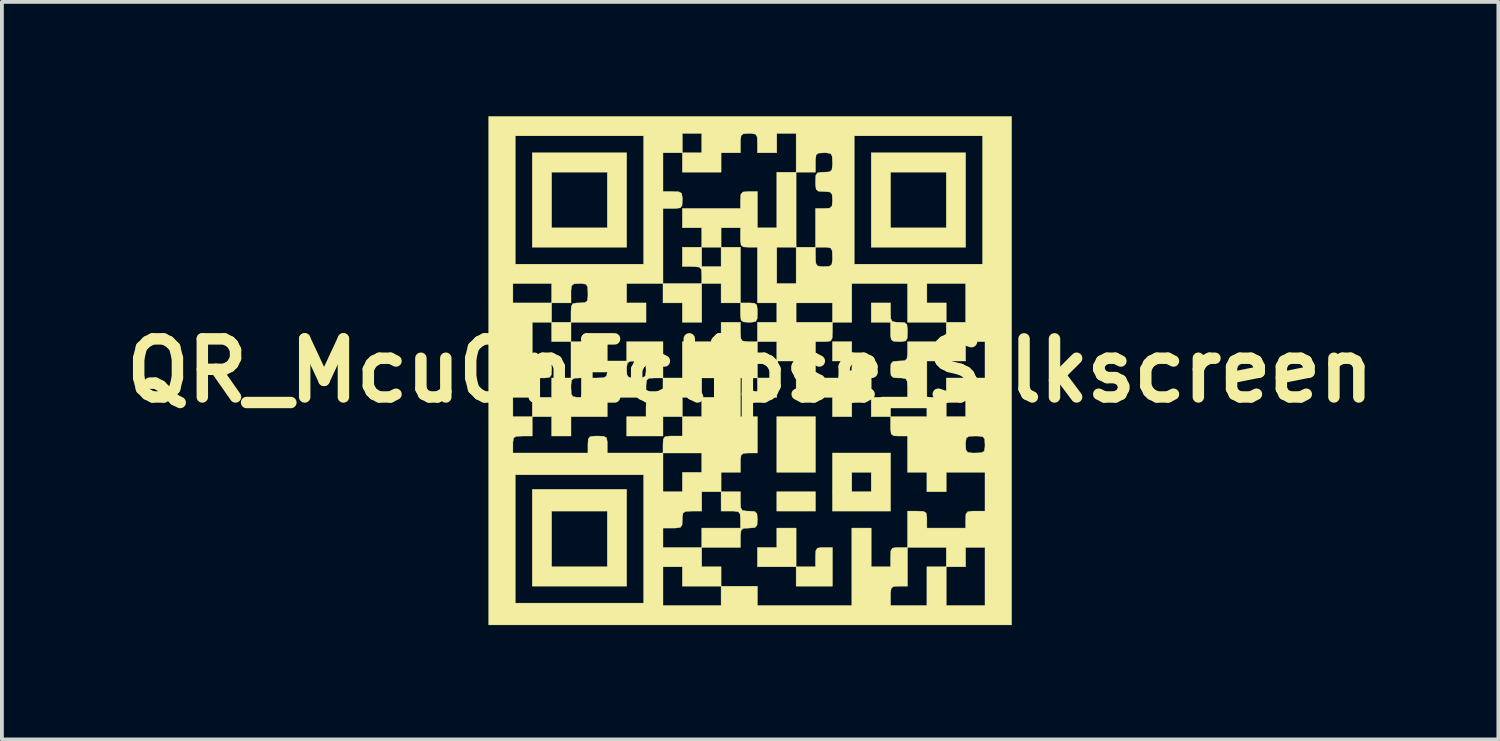
<source format=kicad_pcb>
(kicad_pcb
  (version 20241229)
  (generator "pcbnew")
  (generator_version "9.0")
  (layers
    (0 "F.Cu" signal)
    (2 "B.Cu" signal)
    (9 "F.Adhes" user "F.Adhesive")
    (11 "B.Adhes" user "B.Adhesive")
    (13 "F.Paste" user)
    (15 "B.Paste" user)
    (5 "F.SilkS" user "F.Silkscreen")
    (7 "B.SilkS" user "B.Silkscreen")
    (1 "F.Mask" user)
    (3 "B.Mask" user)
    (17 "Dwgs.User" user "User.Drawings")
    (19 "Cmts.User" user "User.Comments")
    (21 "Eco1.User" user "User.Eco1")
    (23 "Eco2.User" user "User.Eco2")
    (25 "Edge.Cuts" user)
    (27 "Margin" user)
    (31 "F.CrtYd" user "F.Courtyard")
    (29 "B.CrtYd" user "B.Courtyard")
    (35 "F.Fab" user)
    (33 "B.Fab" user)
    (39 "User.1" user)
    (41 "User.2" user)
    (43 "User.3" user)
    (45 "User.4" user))
  (footprint "QR_McuOnEclipse_Silkscreen"
    (layer "F.Cu")
    (at 16.626 6.673)
    (property "Reference" "QR_McuOnEclipse_Silkscreen" (at 0 0 0) (layer "F.SilkS") (effects (font (size 1.524 1.524) (thickness 0.3))))
    (attr exclude_from_pos_files exclude_from_bom)
    (fp_poly (pts (xy -5.207 -0.762) (xy -5.207 -1.27) (xy -4.699 -1.27) (xy -4.699 -0.762) (xy -5.207 -0.762)) (stroke (width 0.01) (type solid)) (fill yes) (layer "F.SilkS"))
    (fp_poly (pts (xy 0.699 0.699) (xy 0.191 0.699) (xy 0.191 0.191) (xy 0.699 0.191) (xy 0.699 0.699)) (stroke (width 0.01) (type solid)) (fill yes) (layer "F.SilkS"))
    (fp_poly (pts (xy 1.714 2.667) (xy 0.699 2.667) (xy 0.699 1.206) (xy 1.714 1.206) (xy 1.714 2.667)) (stroke (width 0.01) (type solid)) (fill yes) (layer "F.SilkS"))
    (fp_poly (pts (xy 1.714 3.683) (xy 0.699 3.683) (xy 0.699 3.175) (xy 1.714 3.175) (xy 1.714 3.683)) (stroke (width 0.01) (type solid)) (fill yes) (layer "F.SilkS"))
    (fp_poly (pts (xy 2.667 -0.254) (xy 2.159 -0.254) (xy 2.159 -0.762) (xy 2.667 -0.762) (xy 2.667 -0.254)) (stroke (width 0.01) (type solid)) (fill yes) (layer "F.SilkS"))
    (fp_poly (pts (xy 3.683 1.206) (xy 3.175 1.206) (xy 3.175 0.699) (xy 3.683 0.699) (xy 3.683 1.206)) (stroke (width 0.01) (type solid)) (fill yes) (layer "F.SilkS"))
    (fp_poly (pts (xy -1.27 -1.27) (xy -1.778 -1.27) (xy -1.778 -1.778) (xy -2.286 -1.778) (xy -2.286 -2.286) (xy -1.27 -2.286) (xy -1.27 -1.27)) (stroke (width 0.01) (type solid)) (fill yes) (layer "F.SilkS"))
    (fp_poly (pts (xy 0.191 5.144) (xy 0.191 4.636) (xy 0.699 4.636) (xy 0.699 4.128) (xy 1.206 4.128) (xy 1.206 5.144) (xy 0.191 5.144)) (stroke (width 0.01) (type solid)) (fill yes) (layer "F.SilkS"))
    (fp_poly (pts (xy 1.714 5.144) (xy 1.714 4.889) (xy 1.721 4.727) (xy 1.763 4.655) (xy 1.871 4.636) (xy 1.937 4.636) (xy 2.159 4.636) (xy 2.159 5.652) (xy 1.206 5.652) (xy 1.206 5.144) (xy 1.714 5.144)) (stroke (width 0.01) (type solid)) (fill yes) (layer "F.SilkS"))
    (fp_poly (pts (xy -3.239 -3.239) (xy -5.715 -3.239) (xy -5.715 -5.207) (xy -5.207 -5.207) (xy -5.207 -3.747) (xy -3.747 -3.747) (xy -3.747 -5.207) (xy -5.207 -5.207) (xy -5.715 -5.207) (xy -5.715 -5.715) (xy -3.239 -5.715) (xy -3.239 -3.239)) (stroke (width 0.01) (type solid)) (fill yes) (layer "F.SilkS"))
    (fp_poly (pts (xy -3.239 5.652) (xy -5.715 5.652) (xy -5.715 3.683) (xy -5.207 3.683) (xy -5.207 5.144) (xy -3.747 5.144) (xy -3.747 3.683) (xy -5.207 3.683) (xy -5.715 3.683) (xy -5.715 3.111) (xy -3.239 3.111) (xy -3.239 5.652)) (stroke (width 0.01) (type solid)) (fill yes) (layer "F.SilkS"))
    (fp_poly (pts (xy 3.683 3.683) (xy 2.159 3.683) (xy 2.159 2.667) (xy 2.667 2.667) (xy 2.667 3.175) (xy 3.175 3.175) (xy 3.175 2.667) (xy 2.667 2.667) (xy 2.159 2.667) (xy 2.159 2.159) (xy 3.683 2.159) (xy 3.683 3.683)) (stroke (width 0.01) (type solid)) (fill yes) (layer "F.SilkS"))
    (fp_poly (pts (xy 5.652 -3.239) (xy 3.175 -3.239) (xy 3.175 -5.207) (xy 3.683 -5.207) (xy 3.683 -3.747) (xy 5.144 -3.747) (xy 5.144 -5.207) (xy 3.683 -5.207) (xy 3.175 -5.207) (xy 3.175 -5.715) (xy 5.652 -5.715) (xy 5.652 -3.239)) (stroke (width 0.01) (type solid)) (fill yes) (layer "F.SilkS"))
    (fp_poly (pts (xy -0.032 -1.778) (xy 0.111 -1.77) (xy 0.174 -1.723) (xy 0.19 -1.599) (xy 0.191 -1.524) (xy 0.184 -1.361) (xy 0.142 -1.289) (xy 0.034 -1.271) (xy -0.032 -1.27) (xy -0.174 -1.278) (xy -0.237 -1.325) (xy -0.254 -1.449) (xy -0.254 -1.524) (xy -0.254 -1.778) (xy -0.032 -1.778)) (stroke (width 0.01) (type solid)) (fill yes) (layer "F.SilkS"))
    (fp_poly (pts (xy -0.762 -1.778) (xy -0.762 -2.286) (xy -1.27 -2.286) (xy -1.27 -2.508) (xy -1.278 -2.651) (xy -1.325 -2.714) (xy -1.449 -2.73) (xy -1.524 -2.731) (xy -1.778 -2.731) (xy -1.778 -3.239) (xy -1.27 -3.239) (xy -1.27 -2.731) (xy -0.762 -2.731) (xy -0.762 -3.239) (xy -0.254 -3.239) (xy -0.254 -1.778) (xy -0.762 -1.778)) (stroke (width 0.01) (type solid)) (fill yes) (layer "F.SilkS"))
    (fp_poly (pts (xy 3.683 -1.524) (xy 3.69 -1.361) (xy 3.731 -1.289) (xy 3.84 -1.271) (xy 3.905 -1.27) (xy 4.048 -1.262) (xy 4.111 -1.215) (xy 4.127 -1.091) (xy 4.128 -1.016) (xy 4.121 -0.853) (xy 4.079 -0.781) (xy 3.971 -0.763) (xy 3.905 -0.762) (xy 3.763 -0.77) (xy 3.7 -0.817) (xy 3.683 -0.941) (xy 3.683 -1.016) (xy 3.683 -1.27) (xy 3.175 -1.27) (xy 3.175 -1.778) (xy 3.683 -1.778) (xy 3.683 -1.524)) (stroke (width 0.01) (type solid)) (fill yes) (layer "F.SilkS"))
    (fp_poly (pts (xy -0.254 3.429) (xy -0.247 3.592) (xy -0.206 3.664) (xy -0.097 3.682) (xy -0.032 3.683) (xy 0.117 3.693) (xy 0.178 3.748) (xy 0.19 3.888) (xy 0.191 3.905) (xy 0.181 4.054) (xy 0.125 4.115) (xy -0.015 4.127) (xy -0.032 4.128) (xy -0.174 4.135) (xy -0.237 4.183) (xy -0.254 4.307) (xy -0.254 4.381) (xy -0.254 4.636) (xy -1.27 4.636) (xy -1.27 4.128) (xy -0.254 4.128) (xy -0.254 3.905) (xy -0.262 3.763) (xy -0.309 3.7) (xy -0.433 3.683) (xy -0.508 3.683) (xy -0.762 3.683) (xy -0.762 3.175) (xy -0.254 3.175) (xy -0.254 3.429)) (stroke (width 0.01) (type solid)) (fill yes) (layer "F.SilkS"))
    (fp_poly (pts (xy -3.747 -0.762) (xy -3.747 -0.254) (xy -3.239 -0.254) (xy -3.239 -0.762) (xy -2.286 -0.762) (xy -2.286 0.191) (xy -2.508 0.191) (xy -2.651 0.198) (xy -2.714 0.246) (xy -2.73 0.37) (xy -2.731 0.445) (xy -2.731 0.699) (xy -3.747 0.699) (xy -3.747 1.206) (xy -4.699 1.206) (xy -4.699 1.714) (xy -5.207 1.714) (xy -5.207 1.206) (xy -5.715 1.206) (xy -5.715 0.699) (xy -5.207 0.699) (xy -5.207 0.445) (xy -4.699 0.445) (xy -4.692 0.607) (xy -4.651 0.679) (xy -4.542 0.698) (xy -4.477 0.699) (xy -4.334 0.691) (xy -4.271 0.643) (xy -4.255 0.519) (xy -4.255 0.445) (xy -4.255 0.191) (xy -4 0.191) (xy -3.838 0.184) (xy -3.766 0.142) (xy -3.747 0.034) (xy -3.747 -0.032) (xy -3.239 -0.032) (xy -3.231 0.111) (xy -3.183 0.174) (xy -3.059 0.19) (xy -2.985 0.191) (xy -2.822 0.184) (xy -2.75 0.142) (xy -2.731 0.034) (xy -2.731 -0.032) (xy -2.738 -0.174) (xy -2.786 -0.237) (xy -2.91 -0.254) (xy -2.985 -0.254) (xy -3.147 -0.247) (xy -3.219 -0.206) (xy -3.238 -0.097) (xy -3.239 -0.032) (xy -3.747 -0.032) (xy -3.754 -0.174) (xy -3.802 -0.237) (xy -3.926 -0.254) (xy -4 -0.254) (xy -4.163 -0.247) (xy -4.235 -0.206) (xy -4.254 -0.097) (xy -4.255 -0.032) (xy -4.264 0.117) (xy -4.32 0.178) (xy -4.46 0.19) (xy -4.477 0.191) (xy -4.619 0.198) (xy -4.682 0.246) (xy -4.699 0.37) (xy -4.699 0.445) (xy -5.207 0.445) (xy -5.207 0.191) (xy -4.699 0.191) (xy -4.699 -0.762) (xy -3.747 -0.762)) (stroke (width 0.01) (type solid)) (fill yes) (layer "F.SilkS"))
    (fp_poly (pts (xy 6.858 6.668) (xy -6.858 6.668) (xy -6.858 2.731) (xy -6.16 2.731) (xy -6.16 6.096) (xy -2.794 6.096) (xy -2.794 5.144) (xy -2.286 5.144) (xy -2.286 6.16) (xy -0.762 6.16) (xy -0.762 5.652) (xy -1.778 5.652) (xy -1.778 5.144) (xy -2.286 5.144) (xy -2.794 5.144) (xy -2.794 4.128) (xy -2.286 4.128) (xy -2.286 4.636) (xy -1.27 4.636) (xy -1.27 5.144) (xy -0.762 5.144) (xy -0.762 5.652) (xy 0.191 5.652) (xy 0.191 6.16) (xy 2.667 6.16) (xy 2.667 5.905) (xy 3.683 5.905) (xy 3.683 6.16) (xy 4.636 6.16) (xy 5.144 6.16) (xy 6.16 6.16) (xy 6.16 4.636) (xy 5.652 4.636) (xy 5.652 5.144) (xy 5.144 5.144) (xy 5.144 6.16) (xy 4.636 6.16) (xy 4.636 5.144) (xy 5.144 5.144) (xy 5.144 4.636) (xy 4.128 4.636) (xy 4.128 5.652) (xy 3.905 5.652) (xy 3.763 5.659) (xy 3.7 5.707) (xy 3.683 5.831) (xy 3.683 5.905) (xy 2.667 5.905) (xy 2.667 4.128) (xy 3.175 4.128) (xy 3.175 5.144) (xy 3.683 5.144) (xy 3.683 4.889) (xy 3.69 4.727) (xy 3.731 4.655) (xy 3.84 4.636) (xy 3.905 4.636) (xy 4.128 4.636) (xy 4.128 3.683) (xy 4.381 3.683) (xy 4.544 3.69) (xy 4.616 3.731) (xy 4.635 3.84) (xy 4.636 3.905) (xy 4.636 4.128) (xy 5.652 4.128) (xy 5.652 3.905) (xy 5.659 3.763) (xy 5.707 3.7) (xy 5.831 3.683) (xy 5.905 3.683) (xy 6.16 3.683) (xy 6.16 2.667) (xy 5.144 2.667) (xy 5.144 3.175) (xy 4.636 3.175) (xy 4.636 2.667) (xy 4.128 2.667) (xy 4.128 1.937) (xy 5.652 1.937) (xy 5.659 2.079) (xy 5.707 2.142) (xy 5.831 2.159) (xy 5.905 2.159) (xy 6.068 2.152) (xy 6.14 2.111) (xy 6.159 2.002) (xy 6.16 1.937) (xy 6.152 1.794) (xy 6.104 1.731) (xy 5.98 1.715) (xy 5.905 1.714) (xy 5.743 1.721) (xy 5.671 1.763) (xy 5.652 1.871) (xy 5.652 1.937) (xy 4.128 1.937) (xy 4.128 1.714) (xy 3.905 1.714) (xy 3.763 1.707) (xy 3.7 1.659) (xy 3.683 1.535) (xy 3.683 1.46) (xy 3.683 1.206) (xy 4.636 1.206) (xy 4.636 0.699) (xy 4.128 0.699) (xy 4.128 0.445) (xy 4.121 0.282) (xy 4.079 0.21) (xy 3.971 0.191) (xy 3.905 0.191) (xy 3.756 0.181) (xy 3.695 0.125) (xy 3.683 -0.015) (xy 3.683 -0.032) (xy 3.693 -0.181) (xy 3.748 -0.242) (xy 3.888 -0.254) (xy 3.905 -0.254) (xy 4.636 -0.254) (xy 4.636 0.699) (xy 5.144 0.699) (xy 5.144 1.206) (xy 5.652 1.206) (xy 5.652 0.699) (xy 5.144 0.699) (xy 5.144 0.191) (xy 6.16 0.191) (xy 6.16 -0.762) (xy 5.652 -0.762) (xy 5.652 -0.254) (xy 4.636 -0.254) (xy 3.905 -0.254) (xy 4.048 -0.262) (xy 4.111 -0.309) (xy 4.127 -0.433) (xy 4.128 -0.508) (xy 4.128 -0.762) (xy 5.144 -0.762) (xy 5.144 -1.27) (xy 4.128 -1.27) (xy 4.128 -2.286) (xy 4.636 -2.286) (xy 4.636 -1.778) (xy 5.144 -1.778) (xy 5.144 -1.27) (xy 5.652 -1.27) (xy 5.652 -2.286) (xy 4.636 -2.286) (xy 4.128 -2.286) (xy 2.667 -2.286) (xy 2.667 -1.27) (xy 2.159 -1.27) (xy 2.159 -1.016) (xy 2.152 -0.853) (xy 2.111 -0.781) (xy 2.002 -0.763) (xy 1.937 -0.762) (xy 1.714 -0.762) (xy 1.714 0.191) (xy 2.667 0.191) (xy 2.667 -0.032) (xy 2.675 -0.174) (xy 2.722 -0.237) (xy 2.846 -0.254) (xy 2.921 -0.254) (xy 3.175 -0.254) (xy 3.175 0.699) (xy 2.667 0.699) (xy 2.667 1.206) (xy 2.159 1.206) (xy 2.159 0.699) (xy 1.206 0.699) (xy 1.206 -0.254) (xy 0.699 -0.254) (xy 0.699 -0.762) (xy 0.191 -0.762) (xy 0.191 0.191) (xy -0.254 0.191) (xy -0.254 1.206) (xy 0.191 1.206) (xy 0.191 2.159) (xy -0.032 2.159) (xy -0.174 2.167) (xy -0.237 2.214) (xy -0.254 2.338) (xy -0.254 2.413) (xy -0.254 2.667) (xy -0.762 2.667) (xy -0.762 3.175) (xy -1.27 3.175) (xy -1.27 3.683) (xy -1.524 3.683) (xy -1.687 3.69) (xy -1.759 3.731) (xy -1.777 3.84) (xy -1.778 3.905) (xy -1.786 4.048) (xy -1.833 4.111) (xy -1.957 4.127) (xy -2.032 4.128) (xy -2.286 4.128) (xy -2.794 4.128) (xy -2.794 3.175) (xy -2.286 3.175) (xy -1.778 3.175) (xy -1.778 2.667) (xy -1.27 2.667) (xy -1.27 2.159) (xy -2.286 2.159) (xy -2.286 3.175) (xy -2.794 3.175) (xy -2.794 2.731) (xy -6.16 2.731) (xy -6.858 2.731) (xy -6.858 0.699) (xy -6.223 0.699) (xy -6.223 1.206) (xy -5.715 1.206) (xy -5.715 1.714) (xy -5.969 1.714) (xy -6.132 1.721) (xy -6.204 1.763) (xy -6.222 1.871) (xy -6.223 1.937) (xy -6.223 2.159) (xy -4.255 2.159) (xy -4.255 1.937) (xy -4.247 1.794) (xy -4.199 1.731) (xy -4.075 1.715) (xy -4 1.714) (xy -3.838 1.721) (xy -3.766 1.763) (xy -3.747 1.871) (xy -3.747 1.937) (xy -3.747 2.159) (xy -2.286 2.159) (xy -2.286 1.937) (xy -2.278 1.794) (xy -2.231 1.731) (xy -2.107 1.715) (xy -2.032 1.714) (xy -1.778 1.714) (xy -1.778 1.206) (xy -2.286 1.206) (xy -2.286 1.714) (xy -3.239 1.714) (xy -3.239 1.206) (xy -2.731 1.206) (xy -2.731 0.953) (xy -2.724 0.79) (xy -2.682 0.718) (xy -2.574 0.699) (xy -2.508 0.699) (xy -1.778 0.699) (xy -1.778 1.206) (xy -1.27 1.206) (xy -1.27 0.699) (xy -1.778 0.699) (xy -2.508 0.699) (xy -2.366 0.691) (xy -2.303 0.643) (xy -2.286 0.519) (xy -2.286 0.445) (xy -2.286 0.191) (xy -1.778 0.191) (xy -1.27 0.191) (xy -1.27 0.699) (xy -0.762 0.699) (xy -0.762 0.191) (xy -1.27 0.191) (xy -1.778 0.191) (xy -1.778 -0.762) (xy -0.762 -0.762) (xy -0.762 -1.27) (xy -0.254 -1.27) (xy -0.254 -1.016) (xy -0.247 -0.853) (xy -0.206 -0.781) (xy -0.097 -0.763) (xy -0.032 -0.762) (xy 0.191 -0.762) (xy 0.191 -1.27) (xy 0.699 -1.27) (xy 0.699 -1.778) (xy 1.206 -1.778) (xy 1.206 -1.27) (xy 2.159 -1.27) (xy 2.159 -1.778) (xy 1.206 -1.778) (xy 0.699 -1.778) (xy 0.191 -1.778) (xy 0.191 -3.239) (xy 0.699 -3.239) (xy 0.699 -2.286) (xy 1.206 -2.286) (xy 1.206 -3.239) (xy 0.699 -3.239) (xy 0.191 -3.239) (xy -0.032 -3.239) (xy -0.174 -3.246) (xy -0.237 -3.294) (xy -0.254 -3.418) (xy -0.254 -3.493) (xy -0.254 -3.747) (xy -0.762 -3.747) (xy -0.762 -3.239) (xy -1.27 -3.239) (xy -1.27 -3.747) (xy -1.778 -3.747) (xy -1.778 -4.255) (xy -0.254 -4.255) (xy -0.254 -4.477) (xy -0.244 -4.626) (xy -0.189 -4.687) (xy -0.049 -4.699) (xy -0.032 -4.699) (xy 0.191 -4.699) (xy 0.191 -3.747) (xy 0.699 -3.747) (xy 0.699 -5.207) (xy 1.206 -5.207) (xy 1.206 -3.239) (xy 1.714 -3.239) (xy 1.714 -2.985) (xy 1.721 -2.822) (xy 1.763 -2.75) (xy 1.871 -2.731) (xy 1.937 -2.731) (xy 2.079 -2.738) (xy 2.142 -2.786) (xy 2.159 -2.91) (xy 2.159 -2.985) (xy 2.152 -3.147) (xy 2.111 -3.219) (xy 2.002 -3.238) (xy 1.937 -3.239) (xy 1.714 -3.239) (xy 1.714 -4.255) (xy 1.937 -4.255) (xy 2.086 -4.264) (xy 2.147 -4.32) (xy 2.159 -4.46) (xy 2.159 -4.477) (xy 2.149 -4.626) (xy 2.094 -4.687) (xy 1.954 -4.699) (xy 1.937 -4.699) (xy 1.794 -4.707) (xy 1.731 -4.754) (xy 1.715 -4.878) (xy 1.714 -4.953) (xy 1.721 -5.116) (xy 1.763 -5.188) (xy 1.871 -5.206) (xy 1.937 -5.207) (xy 2.079 -5.215) (xy 2.142 -5.262) (xy 2.159 -5.386) (xy 2.159 -5.461) (xy 2.152 -5.624) (xy 2.111 -5.696) (xy 2.002 -5.714) (xy 1.937 -5.715) (xy 1.794 -5.707) (xy 1.731 -5.66) (xy 1.715 -5.536) (xy 1.714 -5.461) (xy 1.714 -5.207) (xy 1.206 -5.207) (xy 1.206 -6.16) (xy 2.731 -6.16) (xy 2.731 -2.794) (xy 6.096 -2.794) (xy 6.096 -6.16) (xy 2.731 -6.16) (xy 1.206 -6.16) (xy 1.206 -6.223) (xy 0.699 -6.223) (xy 0.699 -5.715) (xy 0.191 -5.715) (xy 0.191 -5.969) (xy 0.184 -6.132) (xy 0.142 -6.204) (xy 0.034 -6.222) (xy -0.032 -6.223) (xy -0.174 -6.215) (xy -0.237 -6.168) (xy -0.254 -6.044) (xy -0.254 -5.969) (xy -0.254 -5.715) (xy -0.762 -5.715) (xy -0.762 -5.207) (xy -1.778 -5.207) (xy -1.778 -5.715) (xy -2.286 -5.715) (xy -2.286 -4.699) (xy -2.032 -4.699) (xy -1.869 -4.692) (xy -1.797 -4.651) (xy -1.779 -4.542) (xy -1.778 -4.477) (xy -1.786 -4.334) (xy -1.833 -4.271) (xy -1.957 -4.255) (xy -2.032 -4.255) (xy -2.286 -4.255) (xy -2.286 -2.286) (xy -3.239 -2.286) (xy -3.239 -1.778) (xy -2.731 -1.778) (xy -2.731 -1.27) (xy -4.699 -1.27) (xy -4.699 -1.524) (xy -4.692 -1.687) (xy -4.651 -1.759) (xy -4.542 -1.777) (xy -4.477 -1.778) (xy -4.334 -1.786) (xy -4.271 -1.833) (xy -4.255 -1.957) (xy -4.255 -2.032) (xy -4.261 -2.195) (xy -4.303 -2.267) (xy -4.411 -2.285) (xy -4.477 -2.286) (xy -4.619 -2.278) (xy -4.682 -2.231) (xy -4.699 -2.107) (xy -4.699 -2.032) (xy -4.699 -1.778) (xy -5.207 -1.778) (xy -5.207 -1.27) (xy -5.715 -1.27) (xy -5.715 -0.254) (xy -5.461 -0.254) (xy -5.298 -0.247) (xy -5.226 -0.206) (xy -5.208 -0.097) (xy -5.207 -0.032) (xy -5.215 0.111) (xy -5.262 0.174) (xy -5.386 0.19) (xy -5.461 0.191) (xy -5.715 0.191) (xy -5.715 0.699) (xy -6.223 0.699) (xy -6.858 0.699) (xy -6.858 -2.286) (xy -6.223 -2.286) (xy -6.223 -1.778) (xy -5.207 -1.778) (xy -5.207 -2.286) (xy -6.223 -2.286) (xy -6.858 -2.286) (xy -6.858 -6.16) (xy -6.16 -6.16) (xy -6.16 -2.794) (xy -2.794 -2.794) (xy -2.794 -6.16) (xy -6.16 -6.16) (xy -6.858 -6.16) (xy -6.858 -6.223) (xy -1.778 -6.223) (xy -1.778 -5.715) (xy -1.27 -5.715) (xy -1.27 -6.223) (xy -1.778 -6.223) (xy -6.858 -6.223) (xy -6.858 -6.668) (xy 6.858 -6.668) (xy 6.858 6.668)) (stroke (width 0.01) (type solid)) (fill yes) (layer "F.SilkS")))
  (gr_rect
    (start -3 -3)
    (end 36.252 16.345)
    (stroke (width 0.1) (type default))
    (fill no)
    (layer "Edge.Cuts")))
</source>
